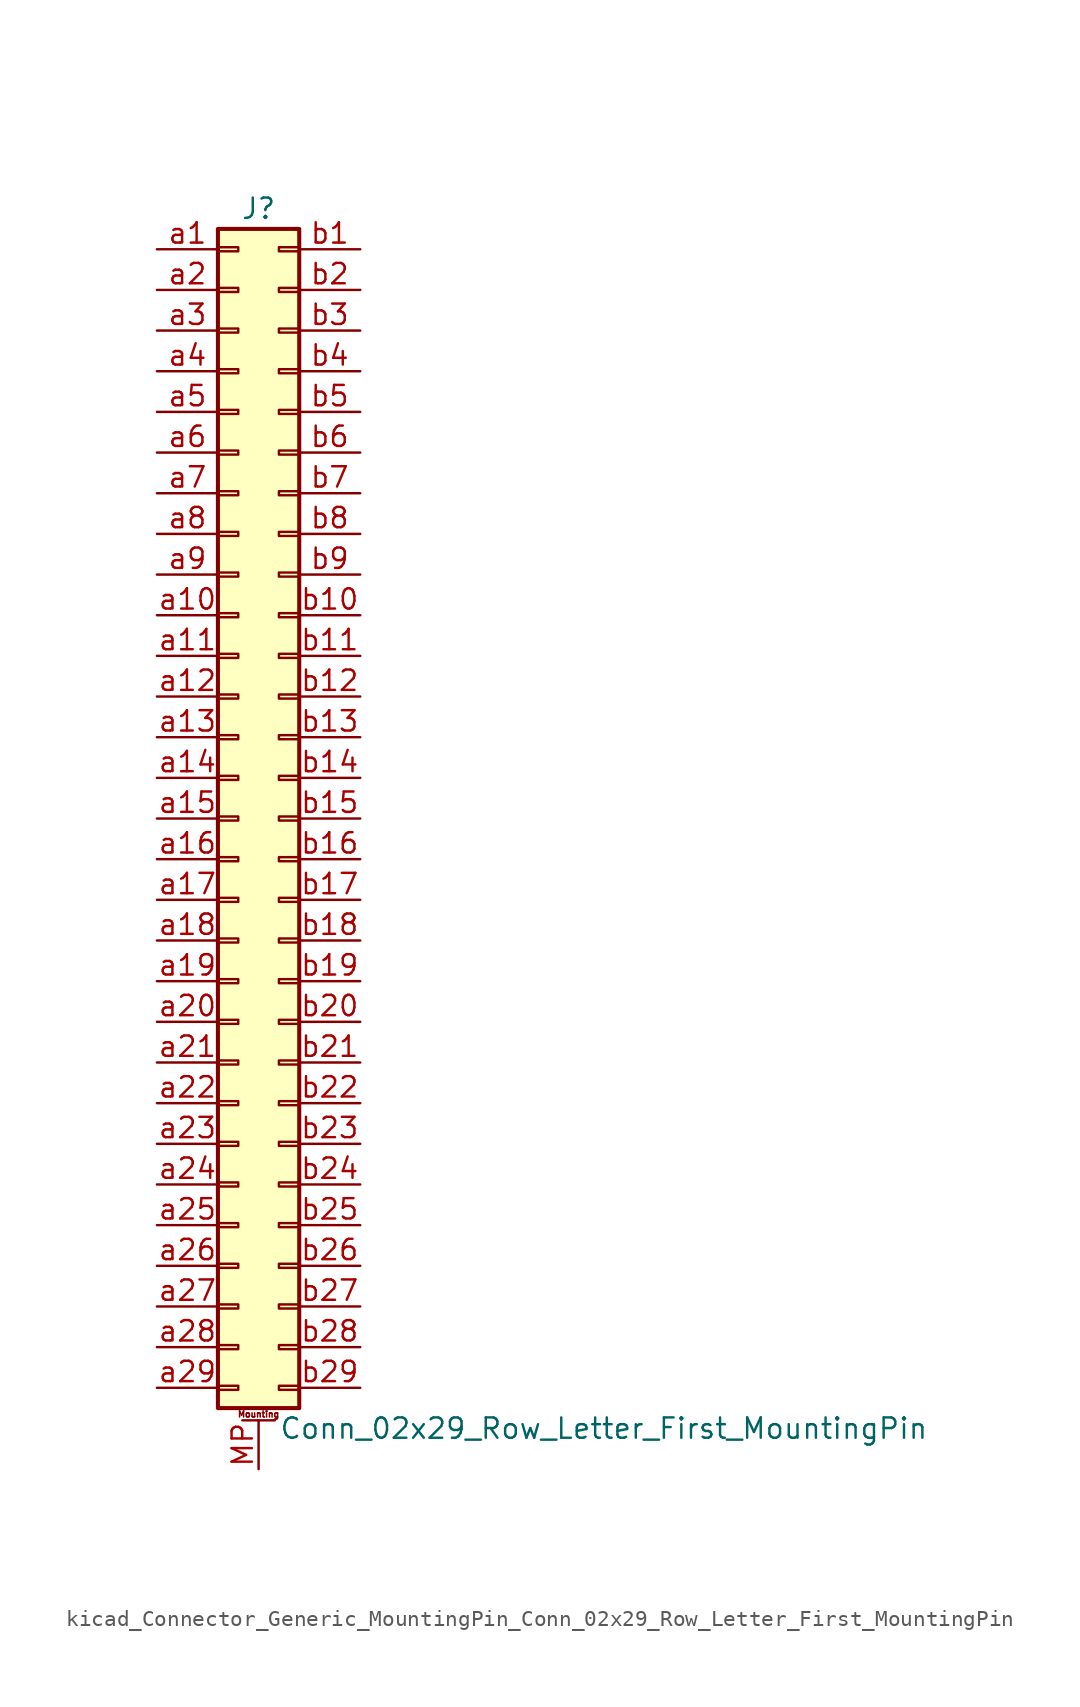
<source format=kicad_sym>
(kicad_symbol_lib
  (version 20220914)
  (generator kicad_symbol_editor)
  (symbol "kicad_Connector_Generic_MountingPin_Conn_02x29_Row_Letter_First_MountingPin"
    (pin_names
      (offset 1.016) hide)
    (property "Reference" "J"
      (at 1.27 38.1 0)
      (effects (font (size 1.27 1.27))))
    (property "Value" "Conn_02x29_Row_Letter_First_MountingPin"
      (at 2.54 -38.1 0)
      (effects (font (size 1.27 1.27)) (justify left)))
    (symbol "kicad_Connector_Generic_MountingPin_Conn_02x29_Row_Letter_First_MountingPin_1_1"
      (rectangle (start -1.27 -35.433) (end 0 -35.687) (stroke (width 0.152) (type default)) (fill (type none)))
      (rectangle (start -1.27 -32.893) (end 0 -33.147) (stroke (width 0.152) (type default)) (fill (type none)))
      (rectangle (start -1.27 -30.353) (end 0 -30.607) (stroke (width 0.152) (type default)) (fill (type none)))
      (rectangle (start -1.27 -27.813) (end 0 -28.067) (stroke (width 0.152) (type default)) (fill (type none)))
      (rectangle (start -1.27 -25.273) (end 0 -25.527) (stroke (width 0.152) (type default)) (fill (type none)))
      (rectangle (start -1.27 -22.733) (end 0 -22.987) (stroke (width 0.152) (type default)) (fill (type none)))
      (rectangle (start -1.27 -20.193) (end 0 -20.447) (stroke (width 0.152) (type default)) (fill (type none)))
      (rectangle (start -1.27 -17.653) (end 0 -17.907) (stroke (width 0.152) (type default)) (fill (type none)))
      (rectangle (start -1.27 -15.113) (end 0 -15.367) (stroke (width 0.152) (type default)) (fill (type none)))
      (rectangle (start -1.27 -12.573) (end 0 -12.827) (stroke (width 0.152) (type default)) (fill (type none)))
      (rectangle (start -1.27 -10.033) (end 0 -10.287) (stroke (width 0.152) (type default)) (fill (type none)))
      (rectangle (start -1.27 -7.493) (end 0 -7.747) (stroke (width 0.152) (type default)) (fill (type none)))
      (rectangle (start -1.27 -4.953) (end 0 -5.207) (stroke (width 0.152) (type default)) (fill (type none)))
      (rectangle (start -1.27 -2.413) (end 0 -2.667) (stroke (width 0.152) (type default)) (fill (type none)))
      (rectangle (start -1.27 0.127) (end 0 -0.127) (stroke (width 0.152) (type default)) (fill (type none)))
      (rectangle (start -1.27 2.667) (end 0 2.413) (stroke (width 0.152) (type default)) (fill (type none)))
      (rectangle (start -1.27 5.207) (end 0 4.953) (stroke (width 0.152) (type default)) (fill (type none)))
      (rectangle (start -1.27 7.747) (end 0 7.493) (stroke (width 0.152) (type default)) (fill (type none)))
      (rectangle (start -1.27 10.287) (end 0 10.033) (stroke (width 0.152) (type default)) (fill (type none)))
      (rectangle (start -1.27 12.827) (end 0 12.573) (stroke (width 0.152) (type default)) (fill (type none)))
      (rectangle (start -1.27 15.367) (end 0 15.113) (stroke (width 0.152) (type default)) (fill (type none)))
      (rectangle (start -1.27 17.907) (end 0 17.653) (stroke (width 0.152) (type default)) (fill (type none)))
      (rectangle (start -1.27 20.447) (end 0 20.193) (stroke (width 0.152) (type default)) (fill (type none)))
      (rectangle (start -1.27 22.987) (end 0 22.733) (stroke (width 0.152) (type default)) (fill (type none)))
      (rectangle (start -1.27 25.527) (end 0 25.273) (stroke (width 0.152) (type default)) (fill (type none)))
      (rectangle (start -1.27 28.067) (end 0 27.813) (stroke (width 0.152) (type default)) (fill (type none)))
      (rectangle (start -1.27 30.607) (end 0 30.353) (stroke (width 0.152) (type default)) (fill (type none)))
      (rectangle (start -1.27 33.147) (end 0 32.893) (stroke (width 0.152) (type default)) (fill (type none)))
      (rectangle (start -1.27 35.687) (end 0 35.433) (stroke (width 0.152) (type default)) (fill (type none)))
      (rectangle (start -1.27 36.83) (end 3.81 -36.83) (stroke (width 0.254) (type default)) (fill (type background)))
      (polyline (pts (xy 0.254 -37.592) (xy 2.286 -37.592)) (stroke (width 0.152) (type default)) (fill (type none)))
      (rectangle (start 3.81 -35.433) (end 2.54 -35.687) (stroke (width 0.152) (type default)) (fill (type none)))
      (rectangle (start 3.81 -32.893) (end 2.54 -33.147) (stroke (width 0.152) (type default)) (fill (type none)))
      (rectangle (start 3.81 -30.353) (end 2.54 -30.607) (stroke (width 0.152) (type default)) (fill (type none)))
      (rectangle (start 3.81 -27.813) (end 2.54 -28.067) (stroke (width 0.152) (type default)) (fill (type none)))
      (rectangle (start 3.81 -25.273) (end 2.54 -25.527) (stroke (width 0.152) (type default)) (fill (type none)))
      (rectangle (start 3.81 -22.733) (end 2.54 -22.987) (stroke (width 0.152) (type default)) (fill (type none)))
      (rectangle (start 3.81 -20.193) (end 2.54 -20.447) (stroke (width 0.152) (type default)) (fill (type none)))
      (rectangle (start 3.81 -17.653) (end 2.54 -17.907) (stroke (width 0.152) (type default)) (fill (type none)))
      (rectangle (start 3.81 -15.113) (end 2.54 -15.367) (stroke (width 0.152) (type default)) (fill (type none)))
      (rectangle (start 3.81 -12.573) (end 2.54 -12.827) (stroke (width 0.152) (type default)) (fill (type none)))
      (rectangle (start 3.81 -10.033) (end 2.54 -10.287) (stroke (width 0.152) (type default)) (fill (type none)))
      (rectangle (start 3.81 -7.493) (end 2.54 -7.747) (stroke (width 0.152) (type default)) (fill (type none)))
      (rectangle (start 3.81 -4.953) (end 2.54 -5.207) (stroke (width 0.152) (type default)) (fill (type none)))
      (rectangle (start 3.81 -2.413) (end 2.54 -2.667) (stroke (width 0.152) (type default)) (fill (type none)))
      (rectangle (start 3.81 0.127) (end 2.54 -0.127) (stroke (width 0.152) (type default)) (fill (type none)))
      (rectangle (start 3.81 2.667) (end 2.54 2.413) (stroke (width 0.152) (type default)) (fill (type none)))
      (rectangle (start 3.81 5.207) (end 2.54 4.953) (stroke (width 0.152) (type default)) (fill (type none)))
      (rectangle (start 3.81 7.747) (end 2.54 7.493) (stroke (width 0.152) (type default)) (fill (type none)))
      (rectangle (start 3.81 10.287) (end 2.54 10.033) (stroke (width 0.152) (type default)) (fill (type none)))
      (rectangle (start 3.81 12.827) (end 2.54 12.573) (stroke (width 0.152) (type default)) (fill (type none)))
      (rectangle (start 3.81 15.367) (end 2.54 15.113) (stroke (width 0.152) (type default)) (fill (type none)))
      (rectangle (start 3.81 17.907) (end 2.54 17.653) (stroke (width 0.152) (type default)) (fill (type none)))
      (rectangle (start 3.81 20.447) (end 2.54 20.193) (stroke (width 0.152) (type default)) (fill (type none)))
      (rectangle (start 3.81 22.987) (end 2.54 22.733) (stroke (width 0.152) (type default)) (fill (type none)))
      (rectangle (start 3.81 25.527) (end 2.54 25.273) (stroke (width 0.152) (type default)) (fill (type none)))
      (rectangle (start 3.81 28.067) (end 2.54 27.813) (stroke (width 0.152) (type default)) (fill (type none)))
      (rectangle (start 3.81 30.607) (end 2.54 30.353) (stroke (width 0.152) (type default)) (fill (type none)))
      (rectangle (start 3.81 33.147) (end 2.54 32.893) (stroke (width 0.152) (type default)) (fill (type none)))
      (rectangle (start 3.81 35.687) (end 2.54 35.433) (stroke (width 0.152) (type default)) (fill (type none)))
      (text "Mounting" (at 1.27 -37.211 0) (effects (font (size 0.381 0.381))))
      (pin passive line (at 1.27 -40.64 90) (length 3.048) (name "MountPin" (effects (font (size 1.27 1.27)))) (number "MP" (effects (font (size 1.27 1.27)))))
      (pin passive line (at -5.08 35.56 0) (length 3.81) (name "Pin_a1" (effects (font (size 1.27 1.27)))) (number "a1" (effects (font (size 1.27 1.27)))))
      (pin passive line (at -5.08 12.7 0) (length 3.81) (name "Pin_a10" (effects (font (size 1.27 1.27)))) (number "a10" (effects (font (size 1.27 1.27)))))
      (pin passive line (at -5.08 10.16 0) (length 3.81) (name "Pin_a11" (effects (font (size 1.27 1.27)))) (number "a11" (effects (font (size 1.27 1.27)))))
      (pin passive line (at -5.08 7.62 0) (length 3.81) (name "Pin_a12" (effects (font (size 1.27 1.27)))) (number "a12" (effects (font (size 1.27 1.27)))))
      (pin passive line (at -5.08 5.08 0) (length 3.81) (name "Pin_a13" (effects (font (size 1.27 1.27)))) (number "a13" (effects (font (size 1.27 1.27)))))
      (pin passive line (at -5.08 2.54 0) (length 3.81) (name "Pin_a14" (effects (font (size 1.27 1.27)))) (number "a14" (effects (font (size 1.27 1.27)))))
      (pin passive line (at -5.08 0 0) (length 3.81) (name "Pin_a15" (effects (font (size 1.27 1.27)))) (number "a15" (effects (font (size 1.27 1.27)))))
      (pin passive line (at -5.08 -2.54 0) (length 3.81) (name "Pin_a16" (effects (font (size 1.27 1.27)))) (number "a16" (effects (font (size 1.27 1.27)))))
      (pin passive line (at -5.08 -5.08 0) (length 3.81) (name "Pin_a17" (effects (font (size 1.27 1.27)))) (number "a17" (effects (font (size 1.27 1.27)))))
      (pin passive line (at -5.08 -7.62 0) (length 3.81) (name "Pin_a18" (effects (font (size 1.27 1.27)))) (number "a18" (effects (font (size 1.27 1.27)))))
      (pin passive line (at -5.08 -10.16 0) (length 3.81) (name "Pin_a19" (effects (font (size 1.27 1.27)))) (number "a19" (effects (font (size 1.27 1.27)))))
      (pin passive line (at -5.08 33.02 0) (length 3.81) (name "Pin_a2" (effects (font (size 1.27 1.27)))) (number "a2" (effects (font (size 1.27 1.27)))))
      (pin passive line (at -5.08 -12.7 0) (length 3.81) (name "Pin_a20" (effects (font (size 1.27 1.27)))) (number "a20" (effects (font (size 1.27 1.27)))))
      (pin passive line (at -5.08 -15.24 0) (length 3.81) (name "Pin_a21" (effects (font (size 1.27 1.27)))) (number "a21" (effects (font (size 1.27 1.27)))))
      (pin passive line (at -5.08 -17.78 0) (length 3.81) (name "Pin_a22" (effects (font (size 1.27 1.27)))) (number "a22" (effects (font (size 1.27 1.27)))))
      (pin passive line (at -5.08 -20.32 0) (length 3.81) (name "Pin_a23" (effects (font (size 1.27 1.27)))) (number "a23" (effects (font (size 1.27 1.27)))))
      (pin passive line (at -5.08 -22.86 0) (length 3.81) (name "Pin_a24" (effects (font (size 1.27 1.27)))) (number "a24" (effects (font (size 1.27 1.27)))))
      (pin passive line (at -5.08 -25.4 0) (length 3.81) (name "Pin_a25" (effects (font (size 1.27 1.27)))) (number "a25" (effects (font (size 1.27 1.27)))))
      (pin passive line (at -5.08 -27.94 0) (length 3.81) (name "Pin_a26" (effects (font (size 1.27 1.27)))) (number "a26" (effects (font (size 1.27 1.27)))))
      (pin passive line (at -5.08 -30.48 0) (length 3.81) (name "Pin_a27" (effects (font (size 1.27 1.27)))) (number "a27" (effects (font (size 1.27 1.27)))))
      (pin passive line (at -5.08 -33.02 0) (length 3.81) (name "Pin_a28" (effects (font (size 1.27 1.27)))) (number "a28" (effects (font (size 1.27 1.27)))))
      (pin passive line (at -5.08 -35.56 0) (length 3.81) (name "Pin_a29" (effects (font (size 1.27 1.27)))) (number "a29" (effects (font (size 1.27 1.27)))))
      (pin passive line (at -5.08 30.48 0) (length 3.81) (name "Pin_a3" (effects (font (size 1.27 1.27)))) (number "a3" (effects (font (size 1.27 1.27)))))
      (pin passive line (at -5.08 27.94 0) (length 3.81) (name "Pin_a4" (effects (font (size 1.27 1.27)))) (number "a4" (effects (font (size 1.27 1.27)))))
      (pin passive line (at -5.08 25.4 0) (length 3.81) (name "Pin_a5" (effects (font (size 1.27 1.27)))) (number "a5" (effects (font (size 1.27 1.27)))))
      (pin passive line (at -5.08 22.86 0) (length 3.81) (name "Pin_a6" (effects (font (size 1.27 1.27)))) (number "a6" (effects (font (size 1.27 1.27)))))
      (pin passive line (at -5.08 20.32 0) (length 3.81) (name "Pin_a7" (effects (font (size 1.27 1.27)))) (number "a7" (effects (font (size 1.27 1.27)))))
      (pin passive line (at -5.08 17.78 0) (length 3.81) (name "Pin_a8" (effects (font (size 1.27 1.27)))) (number "a8" (effects (font (size 1.27 1.27)))))
      (pin passive line (at -5.08 15.24 0) (length 3.81) (name "Pin_a9" (effects (font (size 1.27 1.27)))) (number "a9" (effects (font (size 1.27 1.27)))))
      (pin passive line (at 7.62 35.56 180) (length 3.81) (name "Pin_b1" (effects (font (size 1.27 1.27)))) (number "b1" (effects (font (size 1.27 1.27)))))
      (pin passive line (at 7.62 12.7 180) (length 3.81) (name "Pin_b10" (effects (font (size 1.27 1.27)))) (number "b10" (effects (font (size 1.27 1.27)))))
      (pin passive line (at 7.62 10.16 180) (length 3.81) (name "Pin_b11" (effects (font (size 1.27 1.27)))) (number "b11" (effects (font (size 1.27 1.27)))))
      (pin passive line (at 7.62 7.62 180) (length 3.81) (name "Pin_b12" (effects (font (size 1.27 1.27)))) (number "b12" (effects (font (size 1.27 1.27)))))
      (pin passive line (at 7.62 5.08 180) (length 3.81) (name "Pin_b13" (effects (font (size 1.27 1.27)))) (number "b13" (effects (font (size 1.27 1.27)))))
      (pin passive line (at 7.62 2.54 180) (length 3.81) (name "Pin_b14" (effects (font (size 1.27 1.27)))) (number "b14" (effects (font (size 1.27 1.27)))))
      (pin passive line (at 7.62 0 180) (length 3.81) (name "Pin_b15" (effects (font (size 1.27 1.27)))) (number "b15" (effects (font (size 1.27 1.27)))))
      (pin passive line (at 7.62 -2.54 180) (length 3.81) (name "Pin_b16" (effects (font (size 1.27 1.27)))) (number "b16" (effects (font (size 1.27 1.27)))))
      (pin passive line (at 7.62 -5.08 180) (length 3.81) (name "Pin_b17" (effects (font (size 1.27 1.27)))) (number "b17" (effects (font (size 1.27 1.27)))))
      (pin passive line (at 7.62 -7.62 180) (length 3.81) (name "Pin_b18" (effects (font (size 1.27 1.27)))) (number "b18" (effects (font (size 1.27 1.27)))))
      (pin passive line (at 7.62 -10.16 180) (length 3.81) (name "Pin_b19" (effects (font (size 1.27 1.27)))) (number "b19" (effects (font (size 1.27 1.27)))))
      (pin passive line (at 7.62 33.02 180) (length 3.81) (name "Pin_b2" (effects (font (size 1.27 1.27)))) (number "b2" (effects (font (size 1.27 1.27)))))
      (pin passive line (at 7.62 -12.7 180) (length 3.81) (name "Pin_b20" (effects (font (size 1.27 1.27)))) (number "b20" (effects (font (size 1.27 1.27)))))
      (pin passive line (at 7.62 -15.24 180) (length 3.81) (name "Pin_b21" (effects (font (size 1.27 1.27)))) (number "b21" (effects (font (size 1.27 1.27)))))
      (pin passive line (at 7.62 -17.78 180) (length 3.81) (name "Pin_b22" (effects (font (size 1.27 1.27)))) (number "b22" (effects (font (size 1.27 1.27)))))
      (pin passive line (at 7.62 -20.32 180) (length 3.81) (name "Pin_b23" (effects (font (size 1.27 1.27)))) (number "b23" (effects (font (size 1.27 1.27)))))
      (pin passive line (at 7.62 -22.86 180) (length 3.81) (name "Pin_b24" (effects (font (size 1.27 1.27)))) (number "b24" (effects (font (size 1.27 1.27)))))
      (pin passive line (at 7.62 -25.4 180) (length 3.81) (name "Pin_b25" (effects (font (size 1.27 1.27)))) (number "b25" (effects (font (size 1.27 1.27)))))
      (pin passive line (at 7.62 -27.94 180) (length 3.81) (name "Pin_b26" (effects (font (size 1.27 1.27)))) (number "b26" (effects (font (size 1.27 1.27)))))
      (pin passive line (at 7.62 -30.48 180) (length 3.81) (name "Pin_b27" (effects (font (size 1.27 1.27)))) (number "b27" (effects (font (size 1.27 1.27)))))
      (pin passive line (at 7.62 -33.02 180) (length 3.81) (name "Pin_b28" (effects (font (size 1.27 1.27)))) (number "b28" (effects (font (size 1.27 1.27)))))
      (pin passive line (at 7.62 -35.56 180) (length 3.81) (name "Pin_b29" (effects (font (size 1.27 1.27)))) (number "b29" (effects (font (size 1.27 1.27)))))
      (pin passive line (at 7.62 30.48 180) (length 3.81) (name "Pin_b3" (effects (font (size 1.27 1.27)))) (number "b3" (effects (font (size 1.27 1.27)))))
      (pin passive line (at 7.62 27.94 180) (length 3.81) (name "Pin_b4" (effects (font (size 1.27 1.27)))) (number "b4" (effects (font (size 1.27 1.27)))))
      (pin passive line (at 7.62 25.4 180) (length 3.81) (name "Pin_b5" (effects (font (size 1.27 1.27)))) (number "b5" (effects (font (size 1.27 1.27)))))
      (pin passive line (at 7.62 22.86 180) (length 3.81) (name "Pin_b6" (effects (font (size 1.27 1.27)))) (number "b6" (effects (font (size 1.27 1.27)))))
      (pin passive line (at 7.62 20.32 180) (length 3.81) (name "Pin_b7" (effects (font (size 1.27 1.27)))) (number "b7" (effects (font (size 1.27 1.27)))))
      (pin passive line (at 7.62 17.78 180) (length 3.81) (name "Pin_b8" (effects (font (size 1.27 1.27)))) (number "b8" (effects (font (size 1.27 1.27)))))
      (pin passive line (at 7.62 15.24 180) (length 3.81) (name "Pin_b9" (effects (font (size 1.27 1.27)))) (number "b9" (effects (font (size 1.27 1.27))))))))
</source>
